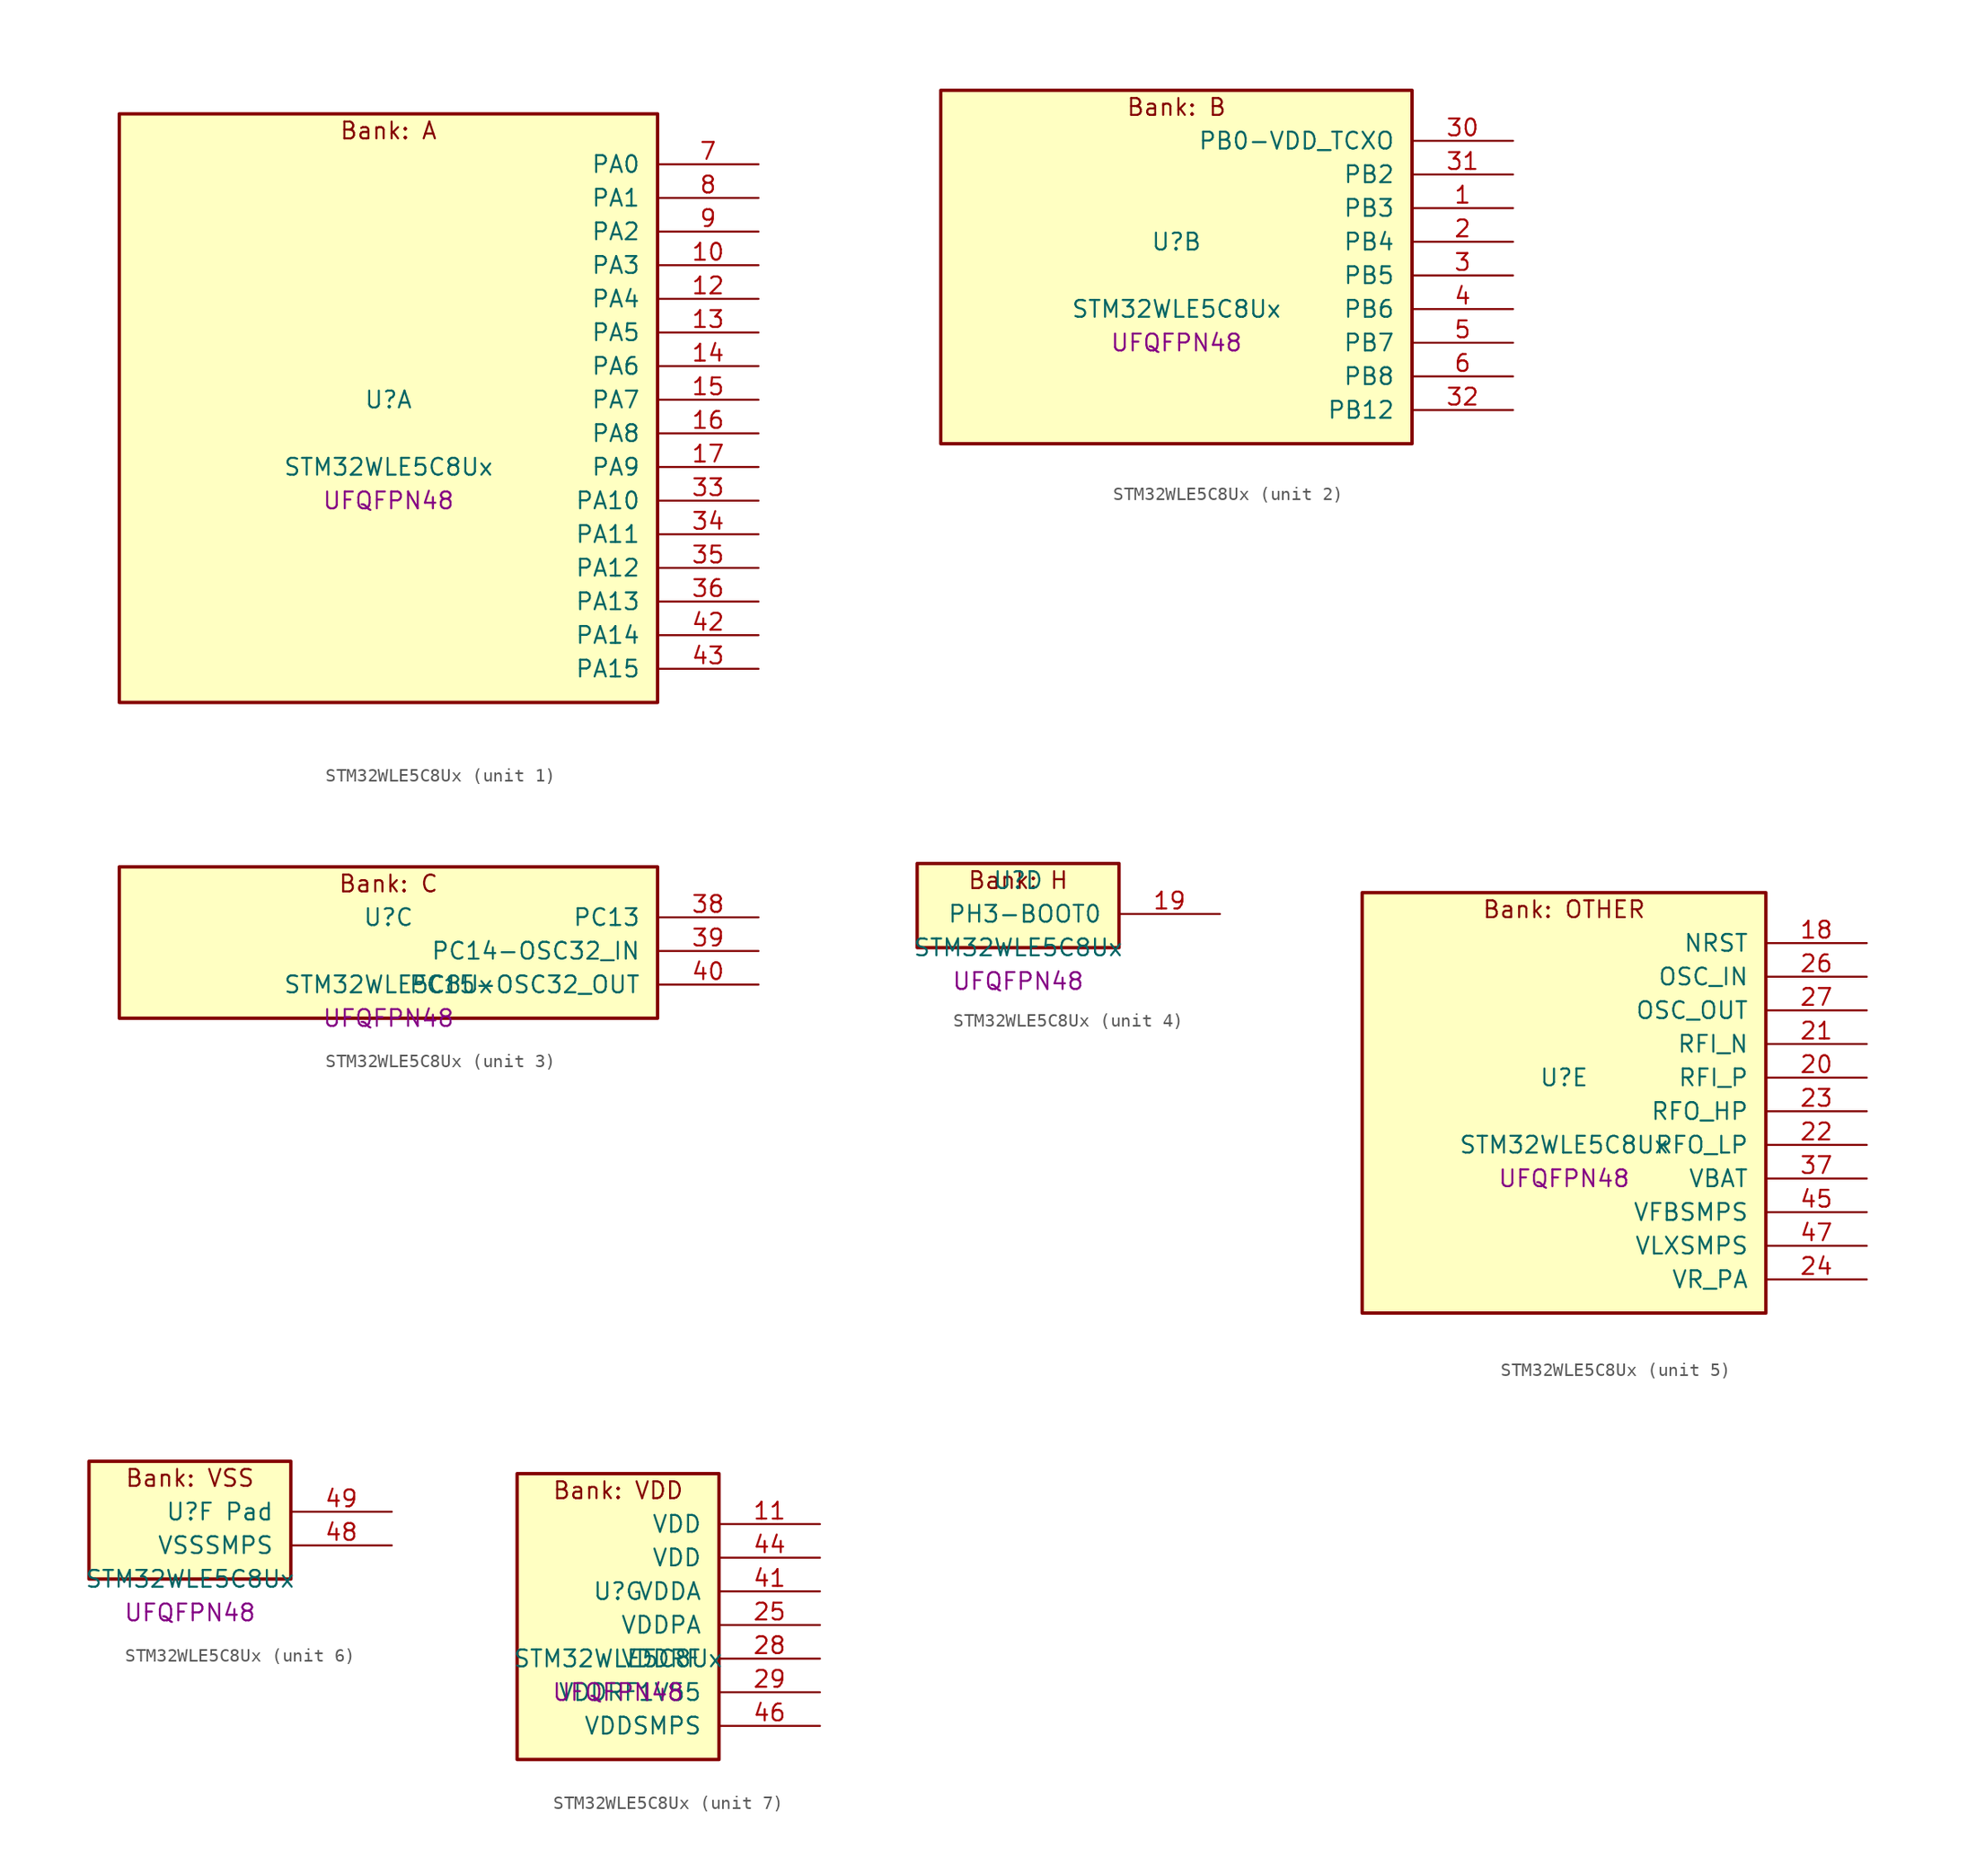
<source format=kicad_sym>
(kicad_symbol_lib
  (version 20241209)
  (generator "stm32_pkl_generator")
  (generator_version "1.0")
  (symbol "STM32WLE5C8Ux"
    (pin_names
      (offset 1.27))
    (property "Reference" "U"
      (at 0 2.54 0))
    (property "Value" "STM32WLE5C8Ux"
      (at 0 -2.54 0))
    (property "Footprint" "UFQFPN48"
      (at 0 -5.08 0))
    (symbol "STM32WLE5C8Ux_1_1"
      (rectangle (start -20.32 24.13) (end 20.32 -20.32) (stroke (width 0.254) (type solid)) (fill (type background)))
      (text "Bank: A" (at 0 22.86 0))
      (pin bidirectional line (at 27.94 20.32 180) (length 7.62) (name "PA0") (number "7") (alternate "PA0/COMP1_OUT" bidirectional line) (alternate "PA0/DEBUG_PWR-REGLP1S" bidirectional line) (alternate "PA0/I2C3_SMBA" bidirectional line) (alternate "PA0/I2S_CKIN" bidirectional line) (alternate "PA0/PWR_WKUP1" bidirectional line) (alternate "PA0/RTC_TAMP_IN2" bidirectional line) (alternate "PA0/TIM2_CH1" bidirectional line) (alternate "PA0/TIM2_ETR" bidirectional line) (alternate "PA0/USART2_CTS" bidirectional line) (alternate "PA0/USART2_NSS" bidirectional line))
      (pin bidirectional line (at 27.94 17.78 180) (length 7.62) (name "PA1") (number "8") (alternate "PA1/DEBUG_PWR-REGLP2S" bidirectional line) (alternate "PA1/I2C1_SMBA" bidirectional line) (alternate "PA1/LPTIM3_OUT" bidirectional line) (alternate "PA1/LPUART1_RTS" bidirectional line) (alternate "PA1/SPI1_SCK" bidirectional line) (alternate "PA1/TIM2_CH2" bidirectional line) (alternate "PA1/USART2_DE" bidirectional line) (alternate "PA1/USART2_RTS" bidirectional line))
      (pin bidirectional line (at 27.94 15.24 180) (length 7.62) (name "PA2") (number "9") (alternate "PA2/COMP2_OUT" bidirectional line) (alternate "PA2/DEBUG_PWR-LDORDY" bidirectional line) (alternate "PA2/LPUART1_TX" bidirectional line) (alternate "PA2/RCC_LSCO" bidirectional line) (alternate "PA2/TIM2_CH3" bidirectional line) (alternate "PA2/USART2_TX" bidirectional line))
      (pin bidirectional line (at 27.94 12.7 180) (length 7.62) (name "PA3") (number "10") (alternate "PA3/I2S2_MCK" bidirectional line) (alternate "PA3/LPUART1_RX" bidirectional line) (alternate "PA3/TIM2_CH4" bidirectional line) (alternate "PA3/USART2_RX" bidirectional line))
      (pin bidirectional line (at 27.94 10.16 180) (length 7.62) (name "PA4") (number "12") (alternate "PA4/DEBUG_SUBGHZSPI-NSSOUT" bidirectional line) (alternate "PA4/LPTIM1_OUT" bidirectional line) (alternate "PA4/LPTIM2_OUT" bidirectional line) (alternate "PA4/RTC_OUT2" bidirectional line) (alternate "PA4/SPI1_NSS" bidirectional line) (alternate "PA4/USART2_CK" bidirectional line))
      (pin bidirectional line (at 27.94 7.62 180) (length 7.62) (name "PA5") (number "13") (alternate "PA5/DEBUG_SUBGHZSPI-SCKOUT" bidirectional line) (alternate "PA5/LPTIM2_ETR" bidirectional line) (alternate "PA5/SPI1_SCK" bidirectional line) (alternate "PA5/SPI2_MISO" bidirectional line) (alternate "PA5/TIM2_CH1" bidirectional line) (alternate "PA5/TIM2_ETR" bidirectional line))
      (pin bidirectional line (at 27.94 5.08 180) (length 7.62) (name "PA6") (number "14") (alternate "PA6/DEBUG_SUBGHZSPI-MISOOUT" bidirectional line) (alternate "PA6/I2C2_SMBA" bidirectional line) (alternate "PA6/LPUART1_CTS" bidirectional line) (alternate "PA6/SPI1_MISO" bidirectional line) (alternate "PA6/TIM16_CH1" bidirectional line) (alternate "PA6/TIM1_BKIN" bidirectional line))
      (pin bidirectional line (at 27.94 2.54 180) (length 7.62) (name "PA7") (number "15") (alternate "PA7/COMP2_OUT" bidirectional line) (alternate "PA7/DEBUG_SUBGHZSPI-MOSIOUT" bidirectional line) (alternate "PA7/I2C3_SCL" bidirectional line) (alternate "PA7/SPI1_MOSI" bidirectional line) (alternate "PA7/TIM17_CH1" bidirectional line) (alternate "PA7/TIM1_CH1N" bidirectional line))
      (pin bidirectional line (at 27.94 0 180) (length 7.62) (name "PA8") (number "16") (alternate "PA8/I2S2_CK" bidirectional line) (alternate "PA8/LPTIM2_OUT" bidirectional line) (alternate "PA8/RCC_MCO" bidirectional line) (alternate "PA8/SPI2_SCK" bidirectional line) (alternate "PA8/TIM1_CH1" bidirectional line) (alternate "PA8/USART1_CK" bidirectional line))
      (pin bidirectional line (at 27.94 -2.54 180) (length 7.62) (name "PA9") (number "17") (alternate "PA9/DAC_EXTI9" bidirectional line) (alternate "PA9/I2C1_SCL" bidirectional line) (alternate "PA9/I2S2_CK" bidirectional line) (alternate "PA9/I2S2_WS" bidirectional line) (alternate "PA9/SPI2_NSS" bidirectional line) (alternate "PA9/SPI2_SCK" bidirectional line) (alternate "PA9/TIM1_CH2" bidirectional line) (alternate "PA9/USART1_TX" bidirectional line))
      (pin bidirectional line (at 27.94 -5.08 180) (length 7.62) (name "PA10") (number "33") (alternate "PA10/ADC_IN6" bidirectional line) (alternate "PA10/COMP1_INM" bidirectional line) (alternate "PA10/COMP2_INM" bidirectional line) (alternate "PA10/DAC_OUT1" bidirectional line) (alternate "PA10/DEBUG_RF-HSE32RDY" bidirectional line) (alternate "PA10/I2C1_SDA" bidirectional line) (alternate "PA10/I2S2_SD" bidirectional line) (alternate "PA10/RTC_REFIN" bidirectional line) (alternate "PA10/SPI2_MOSI" bidirectional line) (alternate "PA10/TIM17_BKIN" bidirectional line) (alternate "PA10/TIM1_CH3" bidirectional line) (alternate "PA10/USART1_RX" bidirectional line))
      (pin bidirectional line (at 27.94 -7.62 180) (length 7.62) (name "PA11") (number "34") (alternate "PA11/ADC_EXTI11" bidirectional line) (alternate "PA11/ADC_IN7" bidirectional line) (alternate "PA11/COMP1_INM" bidirectional line) (alternate "PA11/COMP2_INM" bidirectional line) (alternate "PA11/DEBUG_RF-NRESET" bidirectional line) (alternate "PA11/I2C2_SDA" bidirectional line) (alternate "PA11/LPTIM3_ETR" bidirectional line) (alternate "PA11/SPI1_MISO" bidirectional line) (alternate "PA11/TIM1_BKIN2" bidirectional line) (alternate "PA11/TIM1_CH4" bidirectional line) (alternate "PA11/USART1_CTS" bidirectional line) (alternate "PA11/USART1_NSS" bidirectional line))
      (pin bidirectional line (at 27.94 -10.16 180) (length 7.62) (name "PA12") (number "35") (alternate "PA12/ADC_IN8" bidirectional line) (alternate "PA12/DEBUG_RF-BUSY" bidirectional line) (alternate "PA12/I2C2_SCL" bidirectional line) (alternate "PA12/LPTIM3_IN1" bidirectional line) (alternate "PA12/SPI1_MOSI" bidirectional line) (alternate "PA12/TIM1_ETR" bidirectional line) (alternate "PA12/USART1_DE" bidirectional line) (alternate "PA12/USART1_RTS" bidirectional line))
      (pin bidirectional line (at 27.94 -12.7 180) (length 7.62) (name "PA13") (number "36") (alternate "PA13/ADC_IN9" bidirectional line) (alternate "PA13/DEBUG_JTMS-SWDIO" bidirectional line) (alternate "PA13/I2C2_SMBA" bidirectional line) (alternate "PA13/IR_OUT" bidirectional line))
      (pin bidirectional line (at 27.94 -15.24 180) (length 7.62) (name "PA14") (number "42") (alternate "PA14/ADC_IN10" bidirectional line) (alternate "PA14/DEBUG_JTCK-SWCLK" bidirectional line) (alternate "PA14/I2C1_SMBA" bidirectional line) (alternate "PA14/LPTIM1_OUT" bidirectional line))
      (pin bidirectional line (at 27.94 -17.78 180) (length 7.62) (name "PA15") (number "43") (alternate "PA15/ADC_IN11" bidirectional line) (alternate "PA15/COMP1_INM" bidirectional line) (alternate "PA15/COMP2_INP" bidirectional line) (alternate "PA15/DEBUG_JTDI" bidirectional line) (alternate "PA15/I2C2_SDA" bidirectional line) (alternate "PA15/SPI1_NSS" bidirectional line) (alternate "PA15/TIM2_CH1" bidirectional line) (alternate "PA15/TIM2_ETR" bidirectional line)))
    (symbol "STM32WLE5C8Ux_2_1"
      (rectangle (start -17.78 13.97) (end 17.78 -12.7) (stroke (width 0.254) (type solid)) (fill (type background)))
      (text "Bank: B" (at 0 12.7 0))
      (pin bidirectional line (at 25.4 10.16 180) (length 7.62) (name "PB0-VDD_TCXO") (number "30") (alternate "PB0-VDD_TCXO/COMP1_OUT" bidirectional line) (alternate "PB0-VDD_TCXO/VDDTCXO" bidirectional line))
      (pin bidirectional line (at 25.4 7.62 180) (length 7.62) (name "PB2") (number "31") (alternate "PB2/ADC_IN4" bidirectional line) (alternate "PB2/COMP1_INP" bidirectional line) (alternate "PB2/COMP2_INM" bidirectional line) (alternate "PB2/DEBUG_RF-SMPSRDY" bidirectional line) (alternate "PB2/I2C3_SMBA" bidirectional line) (alternate "PB2/LPTIM1_OUT" bidirectional line) (alternate "PB2/SPI1_NSS" bidirectional line))
      (pin bidirectional line (at 25.4 5.08 180) (length 7.62) (name "PB3") (number "1") (alternate "PB3/ADC_IN2" bidirectional line) (alternate "PB3/COMP1_INM" bidirectional line) (alternate "PB3/COMP2_INM" bidirectional line) (alternate "PB3/DEBUG_JTDO-SWO" bidirectional line) (alternate "PB3/DEBUG_RF-DTB1" bidirectional line) (alternate "PB3/PWR_WKUP3" bidirectional line) (alternate "PB3/RTC_TAMP_IN3" bidirectional line) (alternate "PB3/SPI1_SCK" bidirectional line) (alternate "PB3/TIM2_CH2" bidirectional line) (alternate "PB3/USART1_DE" bidirectional line) (alternate "PB3/USART1_RTS" bidirectional line))
      (pin bidirectional line (at 25.4 2.54 180) (length 7.62) (name "PB4") (number "2") (alternate "PB4/ADC_IN3" bidirectional line) (alternate "PB4/COMP1_INP" bidirectional line) (alternate "PB4/COMP2_INP" bidirectional line) (alternate "PB4/DEBUG_JTRST" bidirectional line) (alternate "PB4/DEBUG_RF-LDORDY" bidirectional line) (alternate "PB4/I2C3_SDA" bidirectional line) (alternate "PB4/SPI1_MISO" bidirectional line) (alternate "PB4/TIM17_BKIN" bidirectional line) (alternate "PB4/USART1_CTS" bidirectional line) (alternate "PB4/USART1_NSS" bidirectional line))
      (pin bidirectional line (at 25.4 0 180) (length 7.62) (name "PB5") (number "3") (alternate "PB5/COMP2_OUT" bidirectional line) (alternate "PB5/I2C1_SMBA" bidirectional line) (alternate "PB5/LPTIM1_IN1" bidirectional line) (alternate "PB5/SPI1_MOSI" bidirectional line) (alternate "PB5/TIM16_BKIN" bidirectional line) (alternate "PB5/USART1_CK" bidirectional line))
      (pin bidirectional line (at 25.4 -2.54 180) (length 7.62) (name "PB6") (number "4") (alternate "PB6/I2C1_SCL" bidirectional line) (alternate "PB6/LPTIM1_ETR" bidirectional line) (alternate "PB6/TIM16_CH1N" bidirectional line) (alternate "PB6/USART1_TX" bidirectional line))
      (pin bidirectional line (at 25.4 -5.08 180) (length 7.62) (name "PB7") (number "5") (alternate "PB7/I2C1_SDA" bidirectional line) (alternate "PB7/LPTIM1_IN2" bidirectional line) (alternate "PB7/PWR_PVD_IN" bidirectional line) (alternate "PB7/TIM17_CH1N" bidirectional line) (alternate "PB7/TIM1_BKIN" bidirectional line) (alternate "PB7/USART1_RX" bidirectional line))
      (pin bidirectional line (at 25.4 -7.62 180) (length 7.62) (name "PB8") (number "6") (alternate "PB8/I2C1_SCL" bidirectional line) (alternate "PB8/TIM16_CH1" bidirectional line) (alternate "PB8/TIM1_CH2N" bidirectional line))
      (pin bidirectional line (at 25.4 -10.16 180) (length 7.62) (name "PB12") (number "32") (alternate "PB12/I2C3_SMBA" bidirectional line) (alternate "PB12/I2S2_WS" bidirectional line) (alternate "PB12/LPUART1_RTS" bidirectional line) (alternate "PB12/SPI2_NSS" bidirectional line) (alternate "PB12/TIM1_BKIN" bidirectional line)))
    (symbol "STM32WLE5C8Ux_3_1"
      (rectangle (start -20.32 6.35) (end 20.32 -5.08) (stroke (width 0.254) (type solid)) (fill (type background)))
      (text "Bank: C" (at 0 5.08 0))
      (pin bidirectional line (at 27.94 2.54 180) (length 7.62) (name "PC13") (number "38") (alternate "PC13/PWR_WKUP2" bidirectional line) (alternate "PC13/RTC_OUT1" bidirectional line) (alternate "PC13/RTC_TAMP_IN1" bidirectional line) (alternate "PC13/RTC_TS" bidirectional line))
      (pin bidirectional line (at 27.94 0 180) (length 7.62) (name "PC14-OSC32_IN") (number "39") (alternate "PC14-OSC32_IN/RCC_OSC32_IN" bidirectional line))
      (pin bidirectional line (at 27.94 -2.54 180) (length 7.62) (name "PC15-OSC32_OUT") (number "40") (alternate "PC15-OSC32_OUT/RCC_OSC32_OUT" bidirectional line)))
    (symbol "STM32WLE5C8Ux_4_1"
      (rectangle (start -7.62 3.81) (end 7.62 -2.54) (stroke (width 0.254) (type solid)) (fill (type background)))
      (text "Bank: H" (at 0 2.54 0))
      (pin bidirectional line (at 15.24 0 180) (length 7.62) (name "PH3-BOOT0") (number "19")))
    (symbol "STM32WLE5C8Ux_5_1"
      (rectangle (start -15.24 16.51) (end 15.24 -15.24) (stroke (width 0.254) (type solid)) (fill (type background)))
      (text "Bank: OTHER" (at 0 15.24 0))
      (pin input line (at 22.86 12.7 180) (length 7.62) (name "NRST") (number "18"))
      (pin bidirectional line (at 22.86 10.16 180) (length 7.62) (name "OSC_IN") (number "26") (alternate "OSC_IN/RCC_OSC_IN" bidirectional line))
      (pin bidirectional line (at 22.86 7.62 180) (length 7.62) (name "OSC_OUT") (number "27") (alternate "OSC_OUT/RCC_OSC_OUT" bidirectional line))
      (pin bidirectional line (at 22.86 5.08 180) (length 7.62) (name "RFI_N") (number "21"))
      (pin bidirectional line (at 22.86 2.54 180) (length 7.62) (name "RFI_P") (number "20"))
      (pin bidirectional line (at 22.86 0 180) (length 7.62) (name "RFO_HP") (number "23"))
      (pin bidirectional line (at 22.86 -2.54 180) (length 7.62) (name "RFO_LP") (number "22"))
      (pin power_in line (at 22.86 -5.08 180) (length 7.62) (name "VBAT") (number "37"))
      (pin power_in line (at 22.86 -7.62 180) (length 7.62) (name "VFBSMPS") (number "45"))
      (pin power_in line (at 22.86 -10.16 180) (length 7.62) (name "VLXSMPS") (number "47"))
      (pin power_in line (at 22.86 -12.7 180) (length 7.62) (name "VR_PA") (number "24")))
    (symbol "STM32WLE5C8Ux_6_1"
      (rectangle (start -7.62 6.35) (end 7.62 -2.54) (stroke (width 0.254) (type solid)) (fill (type background)))
      (text "Bank: VSS" (at 0 5.08 0))
      (pin passive line (at 15.24 2.54 180) (length 7.62) (name "Pad") (number "49"))
      (pin power_in line (at 15.24 0 180) (length 7.62) (name "VSSSMPS") (number "48")))
    (symbol "STM32WLE5C8Ux_7_1"
      (rectangle (start -7.62 11.43) (end 7.62 -10.16) (stroke (width 0.254) (type solid)) (fill (type background)))
      (text "Bank: VDD" (at 0 10.16 0))
      (pin power_in line (at 15.24 7.62 180) (length 7.62) (name "VDD") (number "11"))
      (pin power_in line (at 15.24 5.08 180) (length 7.62) (name "VDD") (number "44"))
      (pin power_in line (at 15.24 2.54 180) (length 7.62) (name "VDDA") (number "41"))
      (pin power_in line (at 15.24 0 180) (length 7.62) (name "VDDPA") (number "25"))
      (pin power_in line (at 15.24 -2.54 180) (length 7.62) (name "VDDRF") (number "28"))
      (pin power_in line (at 15.24 -5.08 180) (length 7.62) (name "VDDRF1V55") (number "29"))
      (pin power_in line (at 15.24 -7.62 180) (length 7.62) (name "VDDSMPS") (number "46")))))
</source>
